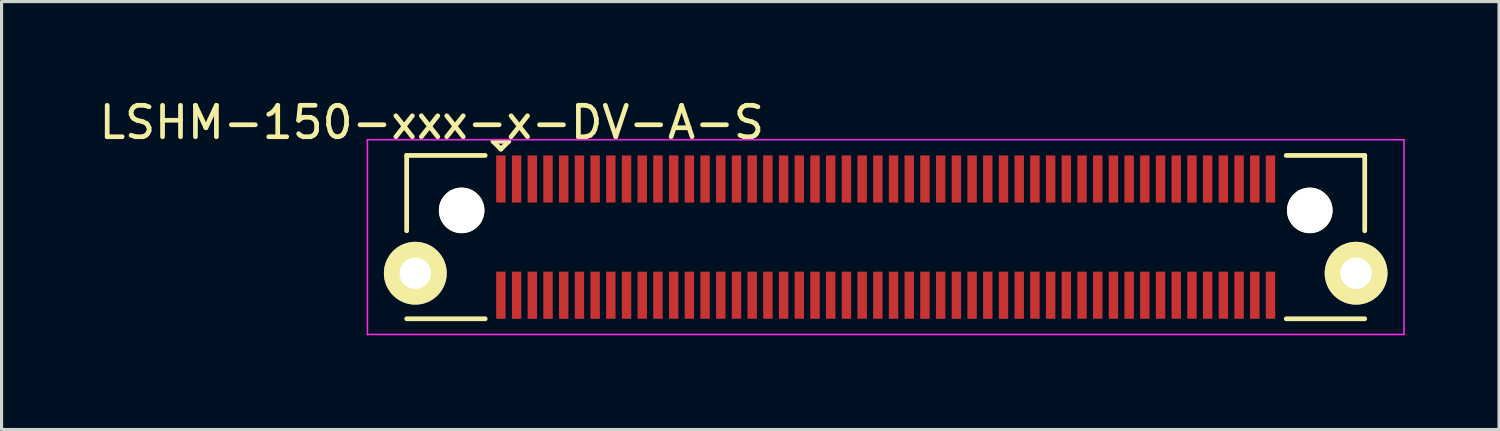
<source format=kicad_pcb>
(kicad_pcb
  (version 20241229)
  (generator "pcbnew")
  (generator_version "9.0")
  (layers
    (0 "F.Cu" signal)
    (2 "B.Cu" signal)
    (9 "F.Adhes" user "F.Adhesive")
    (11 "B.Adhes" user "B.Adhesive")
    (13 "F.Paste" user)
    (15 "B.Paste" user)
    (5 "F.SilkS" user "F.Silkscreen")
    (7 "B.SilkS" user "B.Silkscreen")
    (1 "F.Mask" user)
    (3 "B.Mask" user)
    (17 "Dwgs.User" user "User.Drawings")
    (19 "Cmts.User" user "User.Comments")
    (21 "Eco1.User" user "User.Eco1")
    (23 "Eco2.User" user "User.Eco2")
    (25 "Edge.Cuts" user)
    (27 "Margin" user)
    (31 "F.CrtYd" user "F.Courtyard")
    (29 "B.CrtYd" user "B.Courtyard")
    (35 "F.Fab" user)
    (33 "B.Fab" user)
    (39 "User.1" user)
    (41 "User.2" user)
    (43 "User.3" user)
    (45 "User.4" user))
  (footprint "LSHM-150-xxx-x-DV-A-S"
    (layer "F.Cu")
    (at 25.146 4.498)
    (property "Reference" "LSHM-150-xxx-x-DV-A-S" (at -14.45 -3.65 0) (layer "F.SilkS") (effects (font (size 1 1) (thickness 0.15))))
    (attr smd)
    (fp_line (start -15.25 -2.6) (end -12.75 -2.6) (stroke (width 0.15) (type solid)) (layer "F.SilkS"))
    (fp_line (start -15.25 -0.2) (end -15.25 -2.6) (stroke (width 0.15) (type solid)) (layer "F.SilkS"))
    (fp_line (start -15.25 2.6) (end -12.75 2.6) (stroke (width 0.15) (type solid)) (layer "F.SilkS"))
    (fp_line (start -12.5 -3.05) (end -12.25 -2.8) (stroke (width 0.15) (type solid)) (layer "F.SilkS"))
    (fp_line (start -12.25 -2.8) (end -12 -3.05) (stroke (width 0.15) (type solid)) (layer "F.SilkS"))
    (fp_line (start -12 -3.05) (end -12.5 -3.05) (stroke (width 0.15) (type solid)) (layer "F.SilkS"))
    (fp_line (start 15.25 -2.6) (end 12.75 -2.6) (stroke (width 0.15) (type solid)) (layer "F.SilkS"))
    (fp_line (start 15.25 -0.2) (end 15.25 -2.6) (stroke (width 0.15) (type solid)) (layer "F.SilkS"))
    (fp_line (start 15.25 2.6) (end 12.75 2.6) (stroke (width 0.15) (type solid)) (layer "F.SilkS"))
    (fp_line (start -16.5 -3.1) (end 16.5 -3.1) (stroke (width 0.05) (type solid)) (layer "F.CrtYd"))
    (fp_line (start -16.5 3.1) (end -16.5 -3.1) (stroke (width 0.05) (type solid)) (layer "F.CrtYd"))
    (fp_line (start -16.5 3.1) (end 16.5 3.1) (stroke (width 0.05) (type solid)) (layer "F.CrtYd"))
    (fp_line (start 16.5 3.1) (end 16.5 -3.1) (stroke (width 0.05) (type solid)) (layer "F.CrtYd"))
    (pad "" np_thru_hole circle (at -13.5 -0.85) (size 1.45 1.45) (drill 1.45) (layers "*.Cu" "*.Mask" "F.SilkS"))
    (pad "" np_thru_hole circle (at 13.5 -0.85) (size 1.45 1.45) (drill 1.45) (layers "*.Cu" "*.Mask" "F.SilkS"))
    (pad "1" smd rect (at -12.25 -1.85) (size 0.3 1.5) (layers "F.Cu" "F.Mask" "F.Paste"))
    (pad "2" smd rect (at -12.25 1.85) (size 0.3 1.5) (layers "F.Cu" "F.Mask" "F.Paste"))
    (pad "3" smd rect (at -11.75 -1.85) (size 0.3 1.5) (layers "F.Cu" "F.Mask" "F.Paste"))
    (pad "4" smd rect (at -11.75 1.85) (size 0.3 1.5) (layers "F.Cu" "F.Mask" "F.Paste"))
    (pad "5" smd rect (at -11.25 -1.85) (size 0.3 1.5) (layers "F.Cu" "F.Mask" "F.Paste"))
    (pad "6" smd rect (at -11.25 1.85) (size 0.3 1.5) (layers "F.Cu" "F.Mask" "F.Paste"))
    (pad "7" smd rect (at -10.75 -1.85) (size 0.3 1.5) (layers "F.Cu" "F.Mask" "F.Paste"))
    (pad "8" smd rect (at -10.75 1.85) (size 0.3 1.5) (layers "F.Cu" "F.Mask" "F.Paste"))
    (pad "9" smd rect (at -10.25 -1.85) (size 0.3 1.5) (layers "F.Cu" "F.Mask" "F.Paste"))
    (pad "10" smd rect (at -10.25 1.85) (size 0.3 1.5) (layers "F.Cu" "F.Mask" "F.Paste"))
    (pad "11" smd rect (at -9.75 -1.85) (size 0.3 1.5) (layers "F.Cu" "F.Mask" "F.Paste"))
    (pad "12" smd rect (at -9.75 1.85) (size 0.3 1.5) (layers "F.Cu" "F.Mask" "F.Paste"))
    (pad "13" smd rect (at -9.25 -1.85) (size 0.3 1.5) (layers "F.Cu" "F.Mask" "F.Paste"))
    (pad "14" smd rect (at -9.25 1.85) (size 0.3 1.5) (layers "F.Cu" "F.Mask" "F.Paste"))
    (pad "15" smd rect (at -8.75 -1.85) (size 0.3 1.5) (layers "F.Cu" "F.Mask" "F.Paste"))
    (pad "16" smd rect (at -8.75 1.85) (size 0.3 1.5) (layers "F.Cu" "F.Mask" "F.Paste"))
    (pad "17" smd rect (at -8.25 -1.85) (size 0.3 1.5) (layers "F.Cu" "F.Mask" "F.Paste"))
    (pad "18" smd rect (at -8.25 1.85) (size 0.3 1.5) (layers "F.Cu" "F.Mask" "F.Paste"))
    (pad "19" smd rect (at -7.75 -1.85) (size 0.3 1.5) (layers "F.Cu" "F.Mask" "F.Paste"))
    (pad "20" smd rect (at -7.75 1.85) (size 0.3 1.5) (layers "F.Cu" "F.Mask" "F.Paste"))
    (pad "21" smd rect (at -7.25 -1.85) (size 0.3 1.5) (layers "F.Cu" "F.Mask" "F.Paste"))
    (pad "22" smd rect (at -7.25 1.85) (size 0.3 1.5) (layers "F.Cu" "F.Mask" "F.Paste"))
    (pad "23" smd rect (at -6.75 -1.85) (size 0.3 1.5) (layers "F.Cu" "F.Mask" "F.Paste"))
    (pad "24" smd rect (at -6.75 1.85) (size 0.3 1.5) (layers "F.Cu" "F.Mask" "F.Paste"))
    (pad "25" smd rect (at -6.25 -1.85) (size 0.3 1.5) (layers "F.Cu" "F.Mask" "F.Paste"))
    (pad "26" smd rect (at -6.25 1.85) (size 0.3 1.5) (layers "F.Cu" "F.Mask" "F.Paste"))
    (pad "27" smd rect (at -5.75 -1.85) (size 0.3 1.5) (layers "F.Cu" "F.Mask" "F.Paste"))
    (pad "28" smd rect (at -5.75 1.85) (size 0.3 1.5) (layers "F.Cu" "F.Mask" "F.Paste"))
    (pad "29" smd rect (at -5.25 -1.85) (size 0.3 1.5) (layers "F.Cu" "F.Mask" "F.Paste"))
    (pad "30" smd rect (at -5.25 1.85) (size 0.3 1.5) (layers "F.Cu" "F.Mask" "F.Paste"))
    (pad "31" smd rect (at -4.75 -1.85) (size 0.3 1.5) (layers "F.Cu" "F.Mask" "F.Paste"))
    (pad "32" smd rect (at -4.75 1.85) (size 0.3 1.5) (layers "F.Cu" "F.Mask" "F.Paste"))
    (pad "33" smd rect (at -4.25 -1.85) (size 0.3 1.5) (layers "F.Cu" "F.Mask" "F.Paste"))
    (pad "34" smd rect (at -4.25 1.85) (size 0.3 1.5) (layers "F.Cu" "F.Mask" "F.Paste"))
    (pad "35" smd rect (at -3.75 -1.85) (size 0.3 1.5) (layers "F.Cu" "F.Mask" "F.Paste"))
    (pad "36" smd rect (at -3.75 1.85) (size 0.3 1.5) (layers "F.Cu" "F.Mask" "F.Paste"))
    (pad "37" smd rect (at -3.25 -1.85) (size 0.3 1.5) (layers "F.Cu" "F.Mask" "F.Paste"))
    (pad "38" smd rect (at -3.25 1.85) (size 0.3 1.5) (layers "F.Cu" "F.Mask" "F.Paste"))
    (pad "39" smd rect (at -2.75 -1.85) (size 0.3 1.5) (layers "F.Cu" "F.Mask" "F.Paste"))
    (pad "40" smd rect (at -2.75 1.85) (size 0.3 1.5) (layers "F.Cu" "F.Mask" "F.Paste"))
    (pad "41" smd rect (at -2.25 -1.85) (size 0.3 1.5) (layers "F.Cu" "F.Mask" "F.Paste"))
    (pad "42" smd rect (at -2.25 1.85) (size 0.3 1.5) (layers "F.Cu" "F.Mask" "F.Paste"))
    (pad "43" smd rect (at -1.75 -1.85) (size 0.3 1.5) (layers "F.Cu" "F.Mask" "F.Paste"))
    (pad "44" smd rect (at -1.75 1.85) (size 0.3 1.5) (layers "F.Cu" "F.Mask" "F.Paste"))
    (pad "45" smd rect (at -1.25 -1.85) (size 0.3 1.5) (layers "F.Cu" "F.Mask" "F.Paste"))
    (pad "46" smd rect (at -1.25 1.85) (size 0.3 1.5) (layers "F.Cu" "F.Mask" "F.Paste"))
    (pad "47" smd rect (at -0.75 -1.85) (size 0.3 1.5) (layers "F.Cu" "F.Mask" "F.Paste"))
    (pad "48" smd rect (at -0.75 1.85) (size 0.3 1.5) (layers "F.Cu" "F.Mask" "F.Paste"))
    (pad "49" smd rect (at -0.25 -1.85) (size 0.3 1.5) (layers "F.Cu" "F.Mask" "F.Paste"))
    (pad "50" smd rect (at -0.25 1.85) (size 0.3 1.5) (layers "F.Cu" "F.Mask" "F.Paste"))
    (pad "51" smd rect (at 0.25 -1.85) (size 0.3 1.5) (layers "F.Cu" "F.Mask" "F.Paste"))
    (pad "52" smd rect (at 0.25 1.85) (size 0.3 1.5) (layers "F.Cu" "F.Mask" "F.Paste"))
    (pad "53" smd rect (at 0.75 -1.85) (size 0.3 1.5) (layers "F.Cu" "F.Mask" "F.Paste"))
    (pad "54" smd rect (at 0.75 1.85) (size 0.3 1.5) (layers "F.Cu" "F.Mask" "F.Paste"))
    (pad "55" smd rect (at 1.25 -1.85) (size 0.3 1.5) (layers "F.Cu" "F.Mask" "F.Paste"))
    (pad "56" smd rect (at 1.25 1.85) (size 0.3 1.5) (layers "F.Cu" "F.Mask" "F.Paste"))
    (pad "57" smd rect (at 1.75 -1.85) (size 0.3 1.5) (layers "F.Cu" "F.Mask" "F.Paste"))
    (pad "58" smd rect (at 1.75 1.85) (size 0.3 1.5) (layers "F.Cu" "F.Mask" "F.Paste"))
    (pad "59" smd rect (at 2.25 -1.85) (size 0.3 1.5) (layers "F.Cu" "F.Mask" "F.Paste"))
    (pad "60" smd rect (at 2.25 1.85) (size 0.3 1.5) (layers "F.Cu" "F.Mask" "F.Paste"))
    (pad "61" smd rect (at 2.75 -1.85) (size 0.3 1.5) (layers "F.Cu" "F.Mask" "F.Paste"))
    (pad "62" smd rect (at 2.75 1.85) (size 0.3 1.5) (layers "F.Cu" "F.Mask" "F.Paste"))
    (pad "63" smd rect (at 3.25 -1.85) (size 0.3 1.5) (layers "F.Cu" "F.Mask" "F.Paste"))
    (pad "64" smd rect (at 3.25 1.85) (size 0.3 1.5) (layers "F.Cu" "F.Mask" "F.Paste"))
    (pad "65" smd rect (at 3.75 -1.85) (size 0.3 1.5) (layers "F.Cu" "F.Mask" "F.Paste"))
    (pad "66" smd rect (at 3.75 1.85) (size 0.3 1.5) (layers "F.Cu" "F.Mask" "F.Paste"))
    (pad "67" smd rect (at 4.25 -1.85) (size 0.3 1.5) (layers "F.Cu" "F.Mask" "F.Paste"))
    (pad "68" smd rect (at 4.25 1.85) (size 0.3 1.5) (layers "F.Cu" "F.Mask" "F.Paste"))
    (pad "69" smd rect (at 4.75 -1.85) (size 0.3 1.5) (layers "F.Cu" "F.Mask" "F.Paste"))
    (pad "70" smd rect (at 4.75 1.85) (size 0.3 1.5) (layers "F.Cu" "F.Mask" "F.Paste"))
    (pad "71" smd rect (at 5.25 -1.85) (size 0.3 1.5) (layers "F.Cu" "F.Mask" "F.Paste"))
    (pad "72" smd rect (at 5.25 1.85) (size 0.3 1.5) (layers "F.Cu" "F.Mask" "F.Paste"))
    (pad "73" smd rect (at 5.75 -1.85) (size 0.3 1.5) (layers "F.Cu" "F.Mask" "F.Paste"))
    (pad "74" smd rect (at 5.75 1.85) (size 0.3 1.5) (layers "F.Cu" "F.Mask" "F.Paste"))
    (pad "75" smd rect (at 6.25 -1.85) (size 0.3 1.5) (layers "F.Cu" "F.Mask" "F.Paste"))
    (pad "76" smd rect (at 6.25 1.85) (size 0.3 1.5) (layers "F.Cu" "F.Mask" "F.Paste"))
    (pad "77" smd rect (at 6.75 -1.85) (size 0.3 1.5) (layers "F.Cu" "F.Mask" "F.Paste"))
    (pad "78" smd rect (at 6.75 1.85) (size 0.3 1.5) (layers "F.Cu" "F.Mask" "F.Paste"))
    (pad "79" smd rect (at 7.25 -1.85) (size 0.3 1.5) (layers "F.Cu" "F.Mask" "F.Paste"))
    (pad "80" smd rect (at 7.25 1.85) (size 0.3 1.5) (layers "F.Cu" "F.Mask" "F.Paste"))
    (pad "81" smd rect (at 7.75 -1.85) (size 0.3 1.5) (layers "F.Cu" "F.Mask" "F.Paste"))
    (pad "82" smd rect (at 7.75 1.85) (size 0.3 1.5) (layers "F.Cu" "F.Mask" "F.Paste"))
    (pad "83" smd rect (at 8.25 -1.85) (size 0.3 1.5) (layers "F.Cu" "F.Mask" "F.Paste"))
    (pad "84" smd rect (at 8.25 1.85) (size 0.3 1.5) (layers "F.Cu" "F.Mask" "F.Paste"))
    (pad "85" smd rect (at 8.75 -1.85) (size 0.3 1.5) (layers "F.Cu" "F.Mask" "F.Paste"))
    (pad "86" smd rect (at 8.75 1.85) (size 0.3 1.5) (layers "F.Cu" "F.Mask" "F.Paste"))
    (pad "87" smd rect (at 9.25 -1.85) (size 0.3 1.5) (layers "F.Cu" "F.Mask" "F.Paste"))
    (pad "88" smd rect (at 9.25 1.85) (size 0.3 1.5) (layers "F.Cu" "F.Mask" "F.Paste"))
    (pad "89" smd rect (at 9.75 -1.85) (size 0.3 1.5) (layers "F.Cu" "F.Mask" "F.Paste"))
    (pad "90" smd rect (at 9.75 1.85) (size 0.3 1.5) (layers "F.Cu" "F.Mask" "F.Paste"))
    (pad "91" smd rect (at 10.25 -1.85) (size 0.3 1.5) (layers "F.Cu" "F.Mask" "F.Paste"))
    (pad "92" smd rect (at 10.25 1.85) (size 0.3 1.5) (layers "F.Cu" "F.Mask" "F.Paste"))
    (pad "93" smd rect (at 10.75 -1.85) (size 0.3 1.5) (layers "F.Cu" "F.Mask" "F.Paste"))
    (pad "94" smd rect (at 10.75 1.85) (size 0.3 1.5) (layers "F.Cu" "F.Mask" "F.Paste"))
    (pad "95" smd rect (at 11.25 -1.85) (size 0.3 1.5) (layers "F.Cu" "F.Mask" "F.Paste"))
    (pad "96" smd rect (at 11.25 1.85) (size 0.3 1.5) (layers "F.Cu" "F.Mask" "F.Paste"))
    (pad "97" smd rect (at 11.75 -1.85) (size 0.3 1.5) (layers "F.Cu" "F.Mask" "F.Paste"))
    (pad "98" smd rect (at 11.75 1.85) (size 0.3 1.5) (layers "F.Cu" "F.Mask" "F.Paste"))
    (pad "99" smd rect (at 12.25 -1.85) (size 0.3 1.5) (layers "F.Cu" "F.Mask" "F.Paste"))
    (pad "100" smd rect (at 12.25 1.85) (size 0.3 1.5) (layers "F.Cu" "F.Mask" "F.Paste"))
    (pad "101" thru_hole circle (at -14.975 1.15) (size 2 2) (drill 1) (layers "*.Cu" "*.Mask" "F.SilkS"))
    (pad "101" thru_hole circle (at 14.975 1.15) (size 2 2) (drill 1) (layers "*.Cu" "*.Mask" "F.SilkS")))
  (gr_rect
    (start -3 -3)
    (end 44.671 10.623)
    (stroke (width 0.1) (type default))
    (fill no)
    (layer "Edge.Cuts")))
</source>
